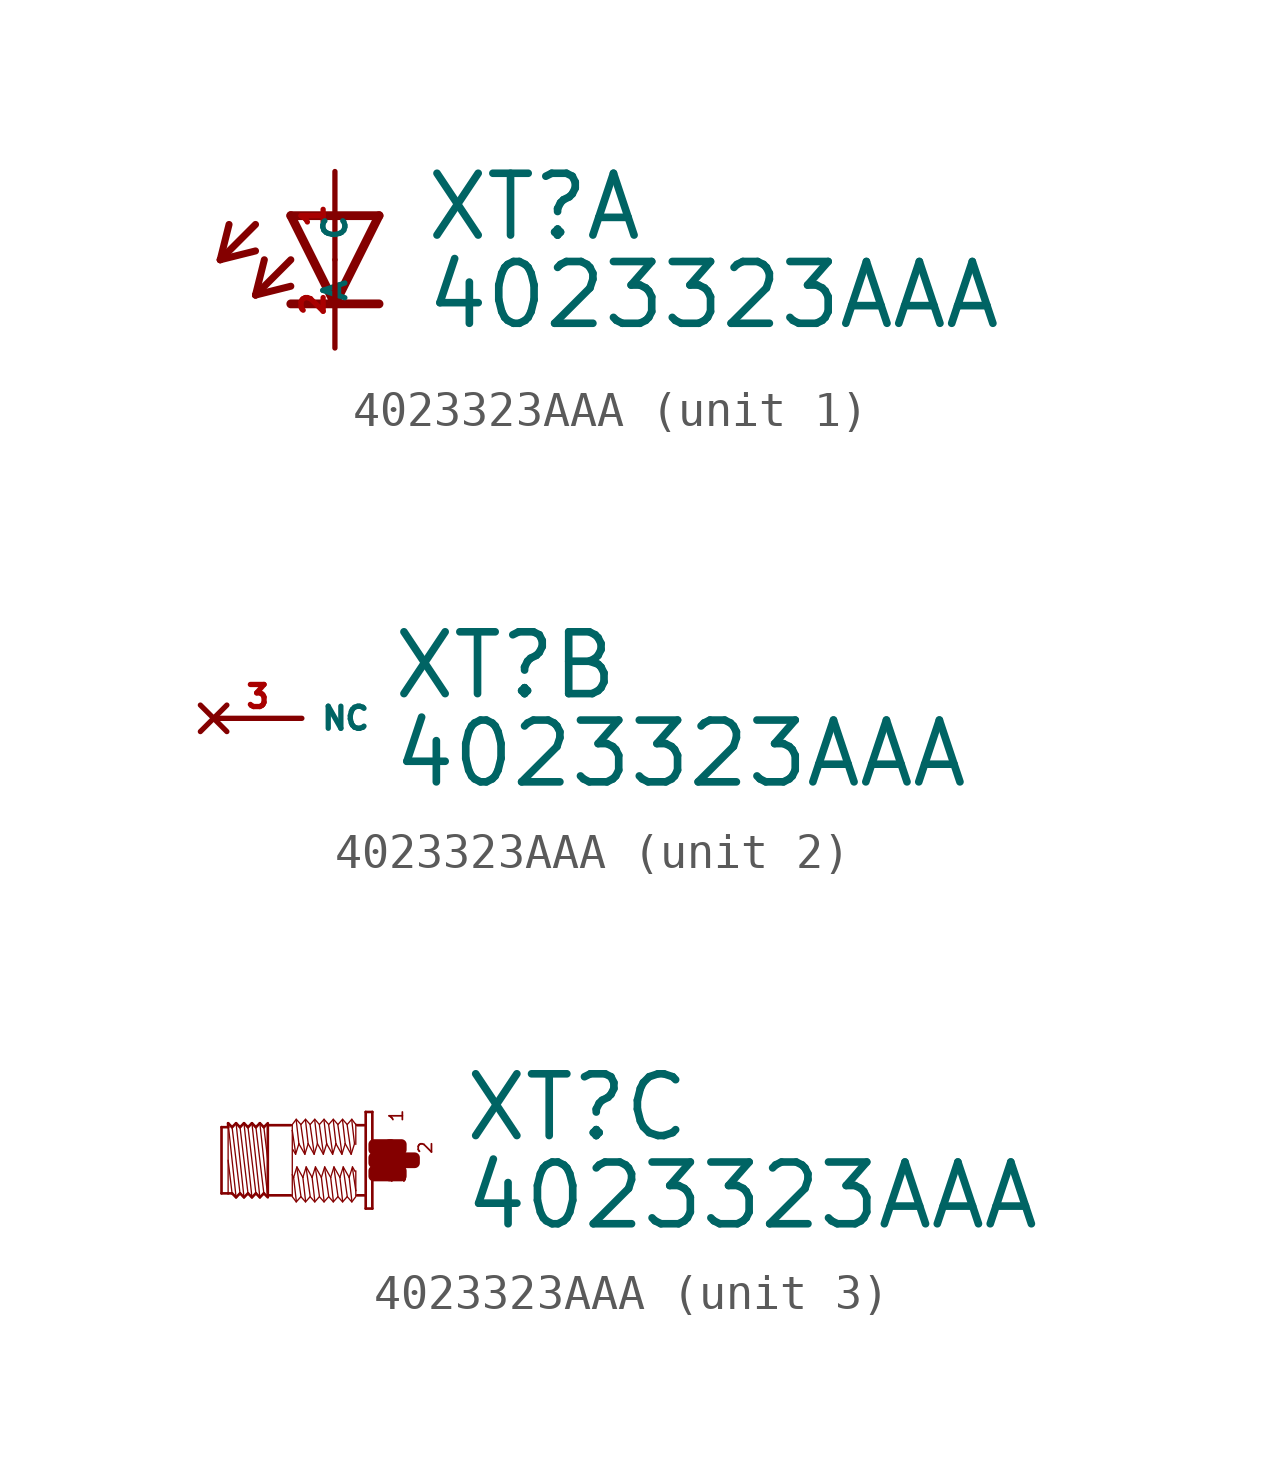
<source format=kicad_sym>
(kicad_symbol_lib
  (version 20220914)
  (generator Eagle2Kicad)
  (symbol "4023323AAA"
    (property "Reference" "XT"
      (at 2.54 0.483 0)
      (effects (font (size 1.778 1.778) (thickness 0.22)) (justify left bottom)))
    (property "Value" "4023323AAA"
      (at 2.54 -2.057 0)
      (effects (font (size 1.778 1.778) (thickness 0.22)) (justify left bottom)))
    (symbol "4023323AAA_1_0"
      (polyline (pts (xy -1.27 1.27) (xy 0 -1.27)) (stroke (width 0.254) (type default)) (fill (type none)))
      (polyline (pts (xy 0 -1.27) (xy 1.27 1.27)) (stroke (width 0.254) (type default)) (fill (type none)))
      (polyline (pts (xy 1.27 -1.27) (xy 0 -1.27)) (stroke (width 0.254) (type default)) (fill (type none)))
      (polyline (pts (xy 1.27 1.27) (xy -1.27 1.27)) (stroke (width 0.254) (type default)) (fill (type none)))
      (polyline (pts (xy 0 -1.27) (xy -1.27 -1.27)) (stroke (width 0.254) (type default)) (fill (type none)))
      (polyline (pts (xy -2.286 1.016) (xy -3.302 0)) (stroke (width 0.203) (type default)) (fill (type none)))
      (polyline (pts (xy -3.302 0) (xy -2.286 0.254)) (stroke (width 0.203) (type default)) (fill (type none)))
      (polyline (pts (xy -3.302 0) (xy -3.048 1.016)) (stroke (width 0.203) (type default)) (fill (type none)))
      (polyline (pts (xy -1.27 0) (xy -2.286 -1.016)) (stroke (width 0.203) (type default)) (fill (type none)))
      (polyline (pts (xy -2.286 -1.016) (xy -1.27 -0.762)) (stroke (width 0.203) (type default)) (fill (type none)))
      (polyline (pts (xy -2.286 -1.016) (xy -2.032 0)) (stroke (width 0.203) (type default)) (fill (type none)))
      (pin passive line (at 0 2.54 270) (length 2.54) (name "A" (effects (font (size 0.635 0.635) (thickness 0.08)) (justify left bottom))) (number "1" (effects (font (size 0.635 0.635) (thickness 0.08)) (justify left bottom))))
      (pin passive line (at 0 -2.54 90) (length 2.54) (name "C" (effects (font (size 0.635 0.635) (thickness 0.08)) (justify left bottom))) (number "2" (effects (font (size 0.635 0.635) (thickness 0.08)) (justify left bottom)))))
    (symbol "4023323AAA_2_0"
      (pin no_connect line (at -2.54 0 0) (length 2.54) (name "NC" (effects (font (size 0.635 0.635) (thickness 0.08)) (justify left bottom) hide)) (number "3" (effects (font (size 0.635 0.635) (thickness 0.08)) (justify left bottom) hide))))
    (symbol "4023323AAA_3_0"
      (polyline (pts (xy -3.048 -1.067) (xy -3.277 1.067)) (stroke (width 0.038) (type default)) (fill (type none)))
      (polyline (pts (xy -3.162 0.953) (xy -3.048 0)) (stroke (width 0.038) (type default)) (fill (type none)))
      (polyline (pts (xy -3.162 -0.953) (xy -3.391 0.953)) (stroke (width 0.038) (type default)) (fill (type none)))
      (polyline (pts (xy -3.277 -1.067) (xy -3.505 1.067)) (stroke (width 0.038) (type default)) (fill (type none)))
      (polyline (pts (xy -3.391 -0.953) (xy -3.619 0.953)) (stroke (width 0.038) (type default)) (fill (type none)))
      (polyline (pts (xy -3.505 -1.067) (xy -3.734 1.067)) (stroke (width 0.038) (type default)) (fill (type none)))
      (polyline (pts (xy -3.619 -0.953) (xy -3.848 0.953)) (stroke (width 0.038) (type default)) (fill (type none)))
      (polyline (pts (xy -3.734 -1.067) (xy -3.962 1.067)) (stroke (width 0.038) (type default)) (fill (type none)))
      (polyline (pts (xy -3.848 -0.953) (xy -4.077 0.953)) (stroke (width 0.038) (type default)) (fill (type none)))
      (polyline (pts (xy -3.962 -1.067) (xy -4.191 1.067)) (stroke (width 0.038) (type default)) (fill (type none)))
      (polyline (pts (xy -4.191 0) (xy -4.077 -0.953)) (stroke (width 0.038) (type default)) (fill (type none)))
      (polyline (pts (xy -4.191 1.029) (xy -4.191 0.953)) (stroke (width 0.038) (type default)) (fill (type none)))
      (polyline (pts (xy -4.191 0.953) (xy -4.191 -0.953)) (stroke (width 0.038) (type default)) (fill (type none)))
      (polyline (pts (xy -4.381 -0.953) (xy -4.381 0.953)) (stroke (width 0.076) (type default)) (fill (type none)))
      (polyline (pts (xy -4.381 0.953) (xy -4.191 0.953)) (stroke (width 0.076) (type default)) (fill (type none)))
      (polyline (pts (xy -4.191 0.953) (xy -4.191 1.067)) (stroke (width 0.076) (type default)) (fill (type none)))
      (polyline (pts (xy -4.191 1.067) (xy -4.077 0.953)) (stroke (width 0.076) (type default)) (fill (type none)))
      (polyline (pts (xy -4.077 0.953) (xy -3.962 1.067)) (stroke (width 0.076) (type default)) (fill (type none)))
      (polyline (pts (xy -3.962 1.067) (xy -3.848 0.953)) (stroke (width 0.076) (type default)) (fill (type none)))
      (polyline (pts (xy -3.848 0.953) (xy -3.734 1.067)) (stroke (width 0.076) (type default)) (fill (type none)))
      (polyline (pts (xy -3.734 1.067) (xy -3.619 0.953)) (stroke (width 0.076) (type default)) (fill (type none)))
      (polyline (pts (xy -3.619 0.953) (xy -3.505 1.067)) (stroke (width 0.076) (type default)) (fill (type none)))
      (polyline (pts (xy -3.277 1.067) (xy -3.162 0.953)) (stroke (width 0.076) (type default)) (fill (type none)))
      (polyline (pts (xy -3.162 0.953) (xy -3.048 1.067)) (stroke (width 0.076) (type default)) (fill (type none)))
      (polyline (pts (xy -3.048 -1.067) (xy -3.162 -0.953)) (stroke (width 0.076) (type default)) (fill (type none)))
      (polyline (pts (xy -3.162 -0.953) (xy -3.277 -1.067)) (stroke (width 0.076) (type default)) (fill (type none)))
      (polyline (pts (xy -3.277 -1.067) (xy -3.391 -0.953)) (stroke (width 0.076) (type default)) (fill (type none)))
      (polyline (pts (xy -3.391 -0.953) (xy -3.505 -1.067)) (stroke (width 0.076) (type default)) (fill (type none)))
      (polyline (pts (xy -3.505 -1.067) (xy -3.619 -0.953)) (stroke (width 0.076) (type default)) (fill (type none)))
      (polyline (pts (xy -3.619 -0.953) (xy -3.734 -1.067)) (stroke (width 0.076) (type default)) (fill (type none)))
      (polyline (pts (xy -3.734 -1.067) (xy -3.848 -0.953)) (stroke (width 0.076) (type default)) (fill (type none)))
      (polyline (pts (xy -3.848 -0.953) (xy -3.962 -1.067)) (stroke (width 0.076) (type default)) (fill (type none)))
      (polyline (pts (xy -3.962 -1.067) (xy -4.077 -0.953)) (stroke (width 0.076) (type default)) (fill (type none)))
      (polyline (pts (xy -4.077 -0.953) (xy -4.191 -0.953)) (stroke (width 0.076) (type default)) (fill (type none)))
      (polyline (pts (xy -4.191 -0.953) (xy -4.381 -0.953)) (stroke (width 0.076) (type default)) (fill (type none)))
      (polyline (pts (xy -3.048 1.029) (xy -3.048 1.01)) (stroke (width 0.076) (type default)) (fill (type none)))
      (polyline (pts (xy -3.048 1.01) (xy -3.048 -1.01)) (stroke (width 0.076) (type default)) (fill (type none)))
      (polyline (pts (xy -3.048 -1.01) (xy -3.048 -1.029)) (stroke (width 0.076) (type default)) (fill (type none)))
      (polyline (pts (xy -0.038 1.391) (xy -0.038 -1.391)) (stroke (width 0.076) (type default)) (fill (type none)))
      (polyline (pts (xy -0.038 -1.391) (xy -0.229 -1.391)) (stroke (width 0.076) (type default)) (fill (type none)))
      (polyline (pts (xy -0.229 -1.391) (xy -0.229 1.391)) (stroke (width 0.076) (type default)) (fill (type none)))
      (polyline (pts (xy -0.229 1.391) (xy -0.038 1.391)) (stroke (width 0.076) (type default)) (fill (type none)))
      (polyline (pts (xy -0.267 1.01) (xy -0.476 1.01)) (stroke (width 0.076) (type default)) (fill (type none)))
      (polyline (pts (xy -0.267 -1.01) (xy -0.476 -1.01)) (stroke (width 0.076) (type default)) (fill (type none)))
      (polyline (pts (xy -2.381 -1.01) (xy -3.048 -1.01)) (stroke (width 0.076) (type default)) (fill (type none)))
      (polyline (pts (xy -3.048 1.01) (xy -2.381 1.01)) (stroke (width 0.076) (type default)) (fill (type none)))
      (polyline (pts (xy -0.514 -1.048) (xy -0.629 -1.2)) (stroke (width 0.038) (type default)) (fill (type none)))
      (polyline (pts (xy -0.629 -1.2) (xy -0.762 -1.048)) (stroke (width 0.038) (type default)) (fill (type none)))
      (polyline (pts (xy -0.762 -1.048) (xy -0.895 -1.2)) (stroke (width 0.038) (type default)) (fill (type none)))
      (polyline (pts (xy -0.895 -1.2) (xy -1.029 -1.048)) (stroke (width 0.038) (type default)) (fill (type none)))
      (polyline (pts (xy -1.029 -1.048) (xy -1.162 -1.2)) (stroke (width 0.038) (type default)) (fill (type none)))
      (polyline (pts (xy -1.162 -1.2) (xy -1.295 -1.048)) (stroke (width 0.038) (type default)) (fill (type none)))
      (polyline (pts (xy -1.295 -1.048) (xy -1.429 -1.2)) (stroke (width 0.038) (type default)) (fill (type none)))
      (polyline (pts (xy -1.429 -1.2) (xy -1.562 -1.048)) (stroke (width 0.038) (type default)) (fill (type none)))
      (polyline (pts (xy -1.562 -1.048) (xy -1.696 -1.2)) (stroke (width 0.038) (type default)) (fill (type none)))
      (polyline (pts (xy -1.696 -1.2) (xy -1.829 -1.048)) (stroke (width 0.038) (type default)) (fill (type none)))
      (polyline (pts (xy -1.829 -1.048) (xy -1.962 -1.2)) (stroke (width 0.038) (type default)) (fill (type none)))
      (polyline (pts (xy -1.962 -1.2) (xy -2.095 -1.048)) (stroke (width 0.038) (type default)) (fill (type none)))
      (polyline (pts (xy -2.095 -1.048) (xy -2.229 -1.2)) (stroke (width 0.038) (type default)) (fill (type none)))
      (polyline (pts (xy -2.229 -1.2) (xy -2.343 -1.048)) (stroke (width 0.038) (type default)) (fill (type none)))
      (polyline (pts (xy -2.343 -1.048) (xy -2.343 -0.419)) (stroke (width 0.038) (type default)) (fill (type none)))
      (polyline (pts (xy -2.343 -0.419) (xy -2.343 0.857)) (stroke (width 0.038) (type default)) (fill (type none)))
      (polyline (pts (xy -2.343 0.857) (xy -2.343 1.029)) (stroke (width 0.038) (type default)) (fill (type none)))
      (polyline (pts (xy -0.514 1.048) (xy -0.514 1.029)) (stroke (width 0.038) (type default)) (fill (type none)))
      (polyline (pts (xy -0.514 1.029) (xy -0.514 0.457)) (stroke (width 0.038) (type default)) (fill (type none)))
      (polyline (pts (xy -0.514 -0.305) (xy -0.514 -0.876)) (stroke (width 0.038) (type default)) (fill (type none)))
      (polyline (pts (xy -0.514 -0.876) (xy -0.514 -1.029)) (stroke (width 0.038) (type default)) (fill (type none)))
      (polyline (pts (xy -0.533 -0.324) (xy -0.61 -0.191)) (stroke (width 0.038) (type default)) (fill (type none)))
      (polyline (pts (xy -0.61 -0.191) (xy -0.705 -0.495)) (stroke (width 0.038) (type default)) (fill (type none)))
      (polyline (pts (xy -0.705 -0.495) (xy -0.876 -0.191)) (stroke (width 0.038) (type default)) (fill (type none)))
      (polyline (pts (xy -0.876 -0.191) (xy -0.972 -0.495)) (stroke (width 0.038) (type default)) (fill (type none)))
      (polyline (pts (xy -0.972 -0.495) (xy -1.143 -0.191)) (stroke (width 0.038) (type default)) (fill (type none)))
      (polyline (pts (xy -1.143 -0.191) (xy -1.238 -0.495)) (stroke (width 0.038) (type default)) (fill (type none)))
      (polyline (pts (xy -1.238 -0.495) (xy -1.41 -0.191)) (stroke (width 0.038) (type default)) (fill (type none)))
      (polyline (pts (xy -1.41 -0.191) (xy -1.505 -0.495)) (stroke (width 0.038) (type default)) (fill (type none)))
      (polyline (pts (xy -1.505 -0.495) (xy -1.676 -0.191)) (stroke (width 0.038) (type default)) (fill (type none)))
      (polyline (pts (xy -1.676 -0.191) (xy -1.772 -0.495)) (stroke (width 0.038) (type default)) (fill (type none)))
      (polyline (pts (xy -1.772 -0.495) (xy -1.943 -0.191)) (stroke (width 0.038) (type default)) (fill (type none)))
      (polyline (pts (xy -1.943 -0.191) (xy -2.038 -0.495)) (stroke (width 0.038) (type default)) (fill (type none)))
      (polyline (pts (xy -2.038 -0.495) (xy -2.21 -0.191)) (stroke (width 0.038) (type default)) (fill (type none)))
      (polyline (pts (xy -2.21 -0.191) (xy -2.305 -0.495)) (stroke (width 0.038) (type default)) (fill (type none)))
      (polyline (pts (xy -2.305 -0.495) (xy -2.343 -0.419)) (stroke (width 0.038) (type default)) (fill (type none)))
      (polyline (pts (xy -2.229 -1.162) (xy -2.305 -0.495)) (stroke (width 0.038) (type default)) (fill (type none)))
      (polyline (pts (xy -2.095 -1.029) (xy -2.21 -0.229)) (stroke (width 0.038) (type default)) (fill (type none)))
      (polyline (pts (xy -1.962 -1.162) (xy -2.038 -0.495)) (stroke (width 0.038) (type default)) (fill (type none)))
      (polyline (pts (xy -1.829 -1.029) (xy -1.943 -0.229)) (stroke (width 0.038) (type default)) (fill (type none)))
      (polyline (pts (xy -1.562 -1.029) (xy -1.676 -0.229)) (stroke (width 0.038) (type default)) (fill (type none)))
      (polyline (pts (xy -1.429 -1.162) (xy -1.505 -0.495)) (stroke (width 0.038) (type default)) (fill (type none)))
      (polyline (pts (xy -1.295 -1.029) (xy -1.41 -0.229)) (stroke (width 0.038) (type default)) (fill (type none)))
      (polyline (pts (xy -1.162 -1.162) (xy -1.238 -0.495)) (stroke (width 0.038) (type default)) (fill (type none)))
      (polyline (pts (xy -1.029 -1.029) (xy -1.143 -0.229)) (stroke (width 0.038) (type default)) (fill (type none)))
      (polyline (pts (xy -0.895 -1.162) (xy -0.972 -0.495)) (stroke (width 0.038) (type default)) (fill (type none)))
      (polyline (pts (xy -0.762 -1.029) (xy -0.876 -0.229)) (stroke (width 0.038) (type default)) (fill (type none)))
      (polyline (pts (xy -0.629 -1.162) (xy -0.705 -0.495)) (stroke (width 0.038) (type default)) (fill (type none)))
      (polyline (pts (xy -0.514 -0.876) (xy -0.61 -0.229)) (stroke (width 0.038) (type default)) (fill (type none)))
      (polyline (pts (xy -2.343 1.029) (xy -2.229 1.181)) (stroke (width 0.038) (type default)) (fill (type none)))
      (polyline (pts (xy -2.229 1.181) (xy -2.095 1.029)) (stroke (width 0.038) (type default)) (fill (type none)))
      (polyline (pts (xy -2.095 1.029) (xy -1.962 1.181)) (stroke (width 0.038) (type default)) (fill (type none)))
      (polyline (pts (xy -1.962 1.181) (xy -1.829 1.029)) (stroke (width 0.038) (type default)) (fill (type none)))
      (polyline (pts (xy -1.829 1.029) (xy -1.696 1.181)) (stroke (width 0.038) (type default)) (fill (type none)))
      (polyline (pts (xy -1.696 1.181) (xy -1.562 1.029)) (stroke (width 0.038) (type default)) (fill (type none)))
      (polyline (pts (xy -1.562 1.029) (xy -1.429 1.181)) (stroke (width 0.038) (type default)) (fill (type none)))
      (polyline (pts (xy -1.429 1.181) (xy -1.295 1.029)) (stroke (width 0.038) (type default)) (fill (type none)))
      (polyline (pts (xy -1.295 1.029) (xy -1.162 1.181)) (stroke (width 0.038) (type default)) (fill (type none)))
      (polyline (pts (xy -1.162 1.181) (xy -1.029 1.029)) (stroke (width 0.038) (type default)) (fill (type none)))
      (polyline (pts (xy -1.029 1.029) (xy -0.895 1.181)) (stroke (width 0.038) (type default)) (fill (type none)))
      (polyline (pts (xy -0.895 1.181) (xy -0.762 1.029)) (stroke (width 0.038) (type default)) (fill (type none)))
      (polyline (pts (xy -0.762 1.029) (xy -0.629 1.181)) (stroke (width 0.038) (type default)) (fill (type none)))
      (polyline (pts (xy -0.629 1.181) (xy -0.514 1.029)) (stroke (width 0.038) (type default)) (fill (type none)))
      (polyline (pts (xy -2.324 0.305) (xy -2.248 0.172)) (stroke (width 0.038) (type default)) (fill (type none)))
      (polyline (pts (xy -2.248 0.172) (xy -2.153 0.476)) (stroke (width 0.038) (type default)) (fill (type none)))
      (polyline (pts (xy -2.153 0.476) (xy -1.981 0.172)) (stroke (width 0.038) (type default)) (fill (type none)))
      (polyline (pts (xy -1.981 0.172) (xy -1.886 0.476)) (stroke (width 0.038) (type default)) (fill (type none)))
      (polyline (pts (xy -1.886 0.476) (xy -1.714 0.172)) (stroke (width 0.038) (type default)) (fill (type none)))
      (polyline (pts (xy -1.714 0.172) (xy -1.619 0.476)) (stroke (width 0.038) (type default)) (fill (type none)))
      (polyline (pts (xy -1.619 0.476) (xy -1.448 0.172)) (stroke (width 0.038) (type default)) (fill (type none)))
      (polyline (pts (xy -1.448 0.172) (xy -1.353 0.476)) (stroke (width 0.038) (type default)) (fill (type none)))
      (polyline (pts (xy -1.353 0.476) (xy -1.181 0.172)) (stroke (width 0.038) (type default)) (fill (type none)))
      (polyline (pts (xy -1.181 0.172) (xy -1.086 0.476)) (stroke (width 0.038) (type default)) (fill (type none)))
      (polyline (pts (xy -1.086 0.476) (xy -0.914 0.172)) (stroke (width 0.038) (type default)) (fill (type none)))
      (polyline (pts (xy -0.914 0.172) (xy -0.819 0.476)) (stroke (width 0.038) (type default)) (fill (type none)))
      (polyline (pts (xy -0.819 0.476) (xy -0.648 0.172)) (stroke (width 0.038) (type default)) (fill (type none)))
      (polyline (pts (xy -0.648 0.172) (xy -0.552 0.476)) (stroke (width 0.038) (type default)) (fill (type none)))
      (polyline (pts (xy -0.629 1.143) (xy -0.552 0.476)) (stroke (width 0.038) (type default)) (fill (type none)))
      (polyline (pts (xy -0.762 1.01) (xy -0.648 0.21)) (stroke (width 0.038) (type default)) (fill (type none)))
      (polyline (pts (xy -0.895 1.143) (xy -0.819 0.476)) (stroke (width 0.038) (type default)) (fill (type none)))
      (polyline (pts (xy -1.029 1.01) (xy -0.914 0.21)) (stroke (width 0.038) (type default)) (fill (type none)))
      (polyline (pts (xy -1.162 1.143) (xy -1.086 0.476)) (stroke (width 0.038) (type default)) (fill (type none)))
      (polyline (pts (xy -1.295 1.01) (xy -1.181 0.21)) (stroke (width 0.038) (type default)) (fill (type none)))
      (polyline (pts (xy -1.429 1.143) (xy -1.353 0.476)) (stroke (width 0.038) (type default)) (fill (type none)))
      (polyline (pts (xy -1.562 1.01) (xy -1.448 0.21)) (stroke (width 0.038) (type default)) (fill (type none)))
      (polyline (pts (xy -1.696 1.143) (xy -1.619 0.476)) (stroke (width 0.038) (type default)) (fill (type none)))
      (polyline (pts (xy -1.829 1.01) (xy -1.714 0.21)) (stroke (width 0.038) (type default)) (fill (type none)))
      (polyline (pts (xy -1.962 1.143) (xy -1.886 0.476)) (stroke (width 0.038) (type default)) (fill (type none)))
      (polyline (pts (xy -2.095 1.01) (xy -1.981 0.21)) (stroke (width 0.038) (type default)) (fill (type none)))
      (polyline (pts (xy -2.229 1.143) (xy -2.153 0.476)) (stroke (width 0.038) (type default)) (fill (type none)))
      (polyline (pts (xy -2.343 0.857) (xy -2.248 0.21)) (stroke (width 0.038) (type default)) (fill (type none)))
      (polyline (pts (xy -1.696 -1.162) (xy -1.772 -0.495)) (stroke (width 0.038) (type default)) (fill (type none)))
      (polyline (pts (xy -3.277 1.067) (xy -3.391 0.953)) (stroke (width 0.076) (type default)) (fill (type none)))
      (polyline (pts (xy -3.391 0.953) (xy -3.505 1.067)) (stroke (width 0.076) (type default)) (fill (type none)))
      (text "1" (at 0.876 1.067 1800) (effects (font (size 0.381 0.381) (thickness 0.05)) (justify left bottom)))
      (text "3" (at 0.953 -0.686 1800) (effects (font (size 0.381 0.381) (thickness 0.05)) (justify left bottom)))
      (text "2" (at 1.714 0.152 1800) (effects (font (size 0.381 0.381) (thickness 0.05)) (justify left bottom)))
      (rectangle (start 0 -0.457) (end 0.495 -0.305) (stroke (width 0.3) (type default)) (fill (type outline)))
      (rectangle (start 0 -0.076) (end 0.876 0.076) (stroke (width 0.3) (type default)) (fill (type outline)))
      (rectangle (start 0.457 -0.457) (end 0.8 -0.305) (stroke (width 0.3) (type default)) (fill (type outline)))
      (rectangle (start 0.838 -0.076) (end 1.181 0.076) (stroke (width 0.3) (type default)) (fill (type outline)))
      (rectangle (start 0.457 0.305) (end 0.8 0.457) (stroke (width 0.3) (type default)) (fill (type outline)))
      (rectangle (start 0 0.305) (end 0.495 0.457) (stroke (width 0.3) (type default)) (fill (type outline))))))
</source>
